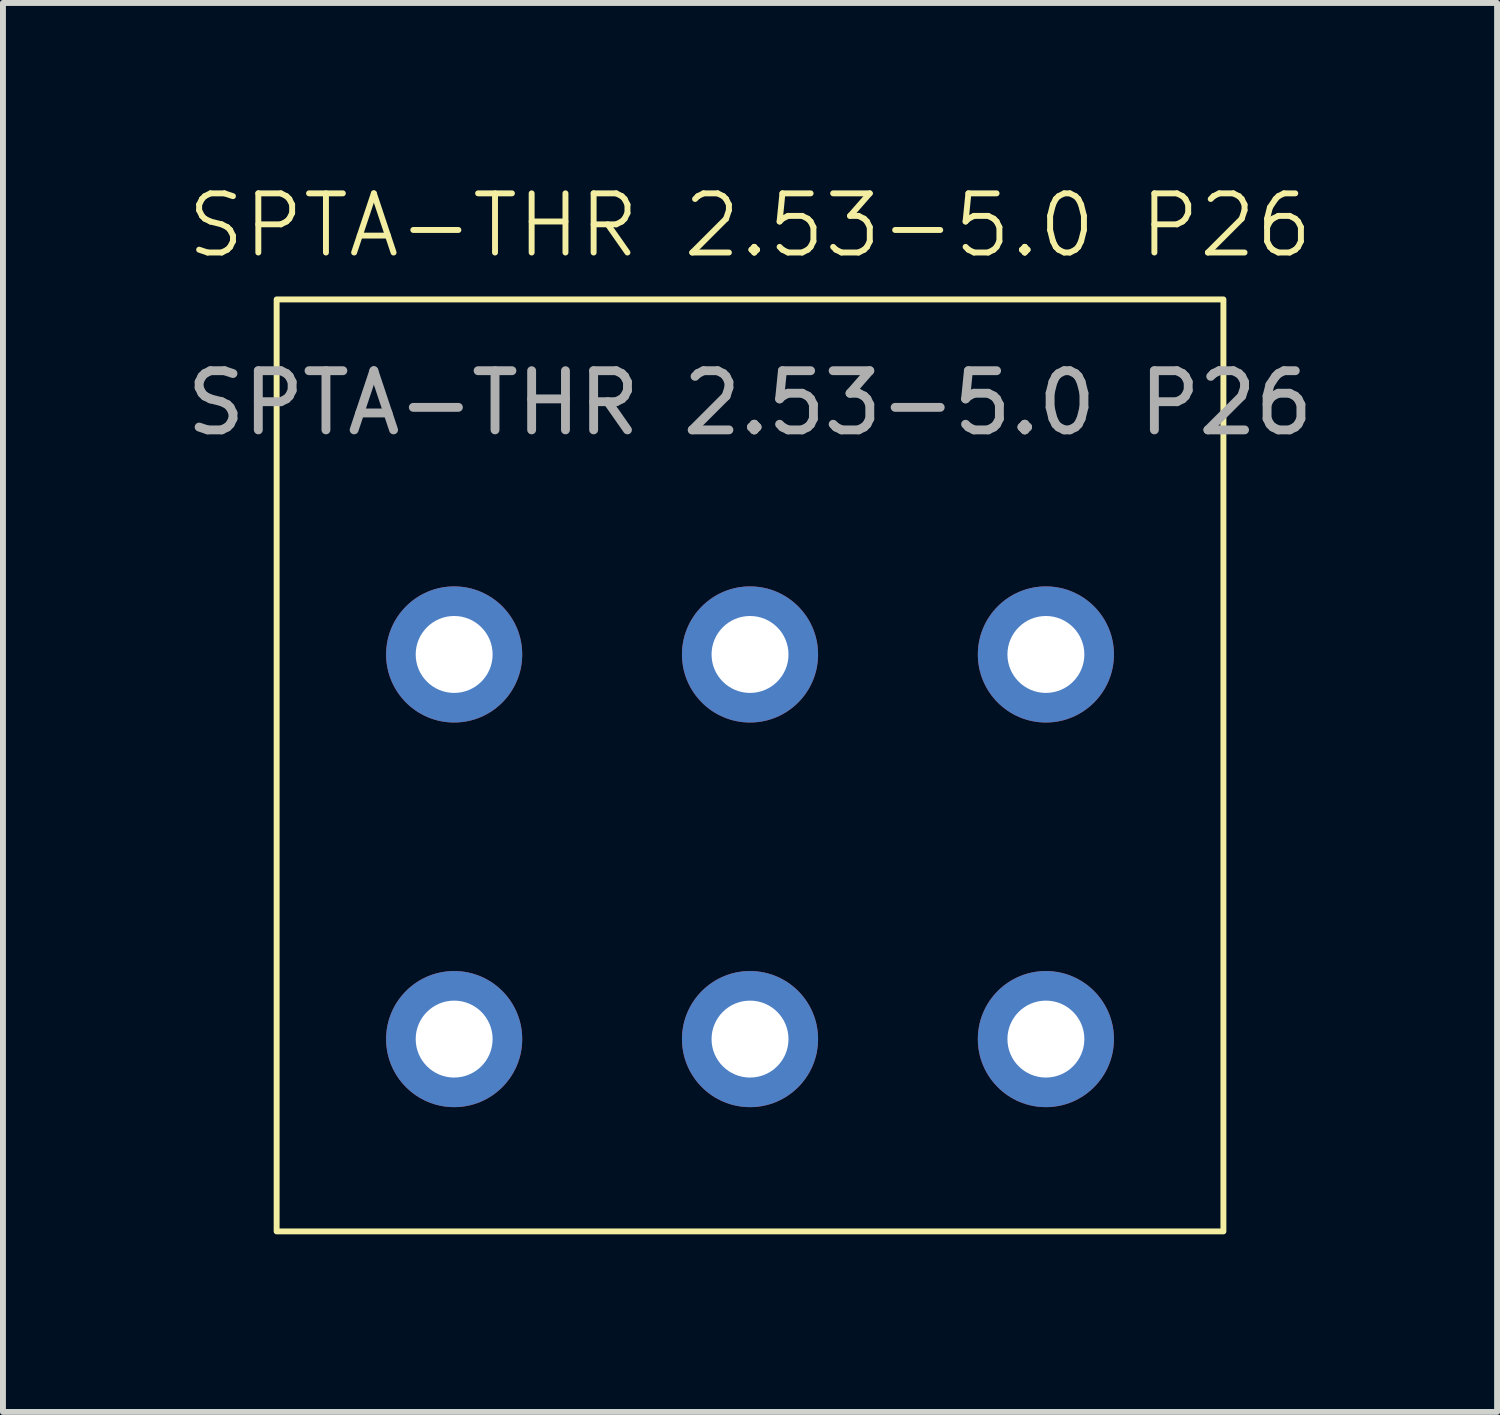
<source format=kicad_pcb>
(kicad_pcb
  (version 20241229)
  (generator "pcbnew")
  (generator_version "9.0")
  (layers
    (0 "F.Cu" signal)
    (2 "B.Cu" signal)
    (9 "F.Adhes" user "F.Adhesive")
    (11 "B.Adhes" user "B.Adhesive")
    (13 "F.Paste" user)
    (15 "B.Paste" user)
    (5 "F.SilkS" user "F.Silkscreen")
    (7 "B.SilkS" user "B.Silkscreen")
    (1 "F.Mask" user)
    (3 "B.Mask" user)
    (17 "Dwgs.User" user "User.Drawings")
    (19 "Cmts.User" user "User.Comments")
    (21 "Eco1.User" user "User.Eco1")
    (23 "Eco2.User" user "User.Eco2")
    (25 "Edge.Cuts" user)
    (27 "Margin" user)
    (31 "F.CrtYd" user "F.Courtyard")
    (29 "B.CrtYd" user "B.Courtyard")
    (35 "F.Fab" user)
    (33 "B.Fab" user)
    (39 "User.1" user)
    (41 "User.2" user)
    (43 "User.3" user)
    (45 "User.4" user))
  (footprint "SPTA-THR 2.53-5.0 P26"
    (layer "F.Cu")
    (at 9.625 1.26)
    (property "Reference" "SPTA-THR 2.53-5.0 P26" (at 0 -0.5 0) (unlocked yes) (layer "F.SilkS") (effects (font (size 1 1) (thickness 0.1))))
    (attr smd)
    (fp_rect (start -8 0.75) (end 8 16.5) (stroke (width 0.1) (type default)) (fill no) (layer "F.SilkS"))
    (fp_text user "${REFERENCE}" (at 0 2.5 0) (unlocked yes) (layer "F.Fab") (effects (font (size 1 1) (thickness 0.15))))
    (pad "1" thru_hole circle (at -5 6.75) (size 2.3 2.3) (drill 1.3) (layers "*.Cu" "*.Mask"))
    (pad "1" thru_hole circle (at -5 13.25) (size 2.3 2.3) (drill 1.3) (layers "*.Cu" "*.Mask"))
    (pad "2" thru_hole circle (at 0 6.75) (size 2.3 2.3) (drill 1.3) (layers "*.Cu" "*.Mask"))
    (pad "2" thru_hole circle (at 0 13.25) (size 2.3 2.3) (drill 1.3) (layers "*.Cu" "*.Mask"))
    (pad "3" thru_hole circle (at 5 6.75) (size 2.3 2.3) (drill 1.3) (layers "*.Cu" "*.Mask"))
    (pad "3" thru_hole circle (at 5 13.25) (size 2.3 2.3) (drill 1.3) (layers "*.Cu" "*.Mask")))
  (gr_rect
    (start -3 -3)
    (end 22.25 20.811)
    (stroke (width 0.1) (type default))
    (fill no)
    (layer "Edge.Cuts")))
</source>
